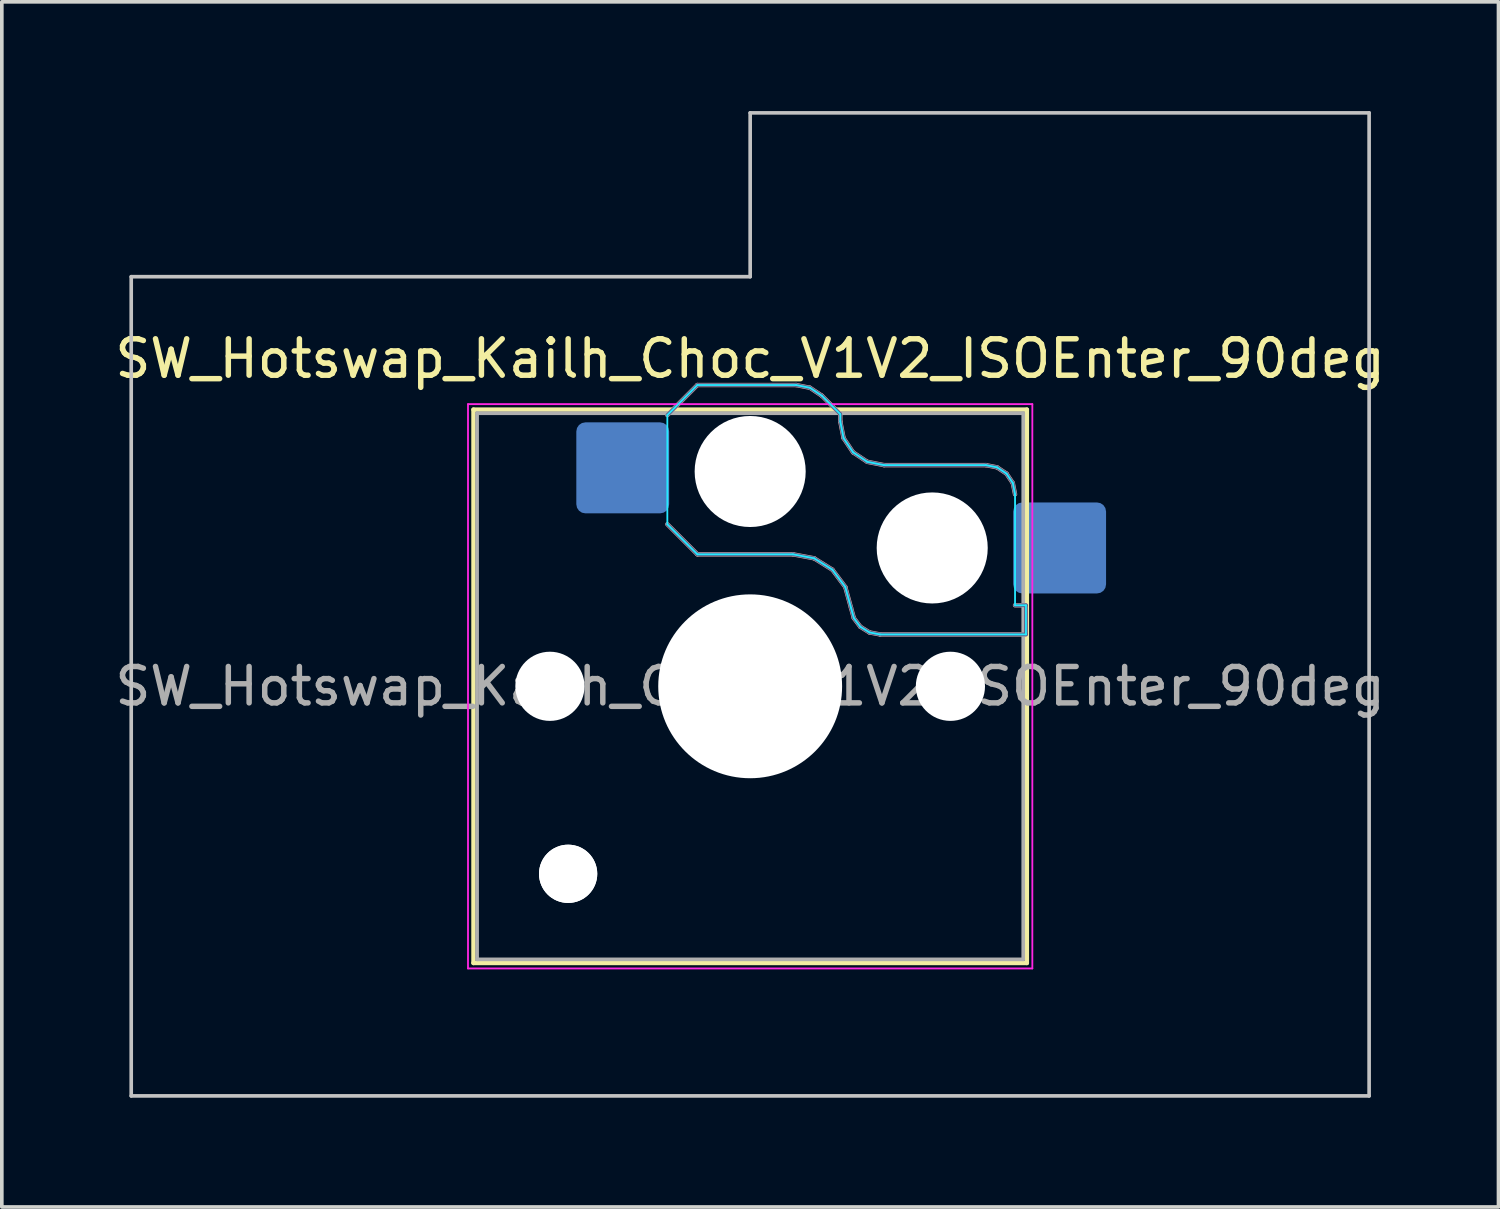
<source format=kicad_pcb>
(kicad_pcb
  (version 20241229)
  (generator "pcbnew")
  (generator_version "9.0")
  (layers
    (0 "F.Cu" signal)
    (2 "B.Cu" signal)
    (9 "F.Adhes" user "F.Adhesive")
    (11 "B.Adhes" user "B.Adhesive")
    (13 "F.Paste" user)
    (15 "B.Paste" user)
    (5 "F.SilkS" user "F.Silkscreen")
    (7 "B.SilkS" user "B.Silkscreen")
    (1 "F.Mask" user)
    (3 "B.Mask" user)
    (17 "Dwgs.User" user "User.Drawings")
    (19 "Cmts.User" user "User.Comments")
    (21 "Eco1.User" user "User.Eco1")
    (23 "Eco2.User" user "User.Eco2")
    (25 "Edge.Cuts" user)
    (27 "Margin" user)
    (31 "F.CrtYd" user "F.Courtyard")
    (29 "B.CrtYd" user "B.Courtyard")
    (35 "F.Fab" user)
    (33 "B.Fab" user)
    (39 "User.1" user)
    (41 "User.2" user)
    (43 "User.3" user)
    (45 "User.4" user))
  (footprint "SW_Hotswap_Kailh_Choc_V1V2_ISOEnter_90deg"
    (layer "F.Cu")
    (at 17.554 15.8)
    (property "Reference" "SW_Hotswap_Kailh_Choc_V1V2_ISOEnter_90deg" (at 0 -9 0) (layer "F.SilkS") (effects (font (size 1 1) (thickness 0.15))))
    (attr smd)
    (fp_line (start -7.6 -7.6) (end -7.6 7.6) (stroke (width 0.12) (type solid)) (layer "F.SilkS"))
    (fp_line (start -7.6 7.6) (end 7.6 7.6) (stroke (width 0.12) (type solid)) (layer "F.SilkS"))
    (fp_line (start 7.6 -7.6) (end -7.6 -7.6) (stroke (width 0.12) (type solid)) (layer "F.SilkS"))
    (fp_line (start 7.6 7.6) (end 7.6 -7.6) (stroke (width 0.12) (type solid)) (layer "F.SilkS"))
    (fp_line (start -2.275 -7.45) (end -1.45 -8.275) (stroke (width 0.12) (type solid)) (layer "B.SilkS"))
    (fp_line (start -1.45 -8.275) (end 1.261 -8.275) (stroke (width 0.12) (type solid)) (layer "B.SilkS"))
    (fp_line (start -1.45 -3.625) (end -2.275 -4.45) (stroke (width 0.12) (type solid)) (layer "B.SilkS"))
    (fp_line (start 1.175 -3.625) (end -1.45 -3.625) (stroke (width 0.12) (type solid)) (layer "B.SilkS"))
    (fp_line (start 1.261 -8.275) (end 1.643 -8.199) (stroke (width 0.12) (type solid)) (layer "B.SilkS"))
    (fp_line (start 1.643 -8.199) (end 1.968 -7.982) (stroke (width 0.12) (type solid)) (layer "B.SilkS"))
    (fp_line (start 1.756 -3.516) (end 1.175 -3.625) (stroke (width 0.12) (type solid)) (layer "B.SilkS"))
    (fp_line (start 1.968 -7.982) (end 2.475 -7.475) (stroke (width 0.12) (type solid)) (layer "B.SilkS"))
    (fp_line (start 2.258 -3.203) (end 1.756 -3.516) (stroke (width 0.12) (type solid)) (layer "B.SilkS"))
    (fp_line (start 2.475 -7.475) (end 2.475 -7.275) (stroke (width 0.12) (type solid)) (layer "B.SilkS"))
    (fp_line (start 2.475 -7.275) (end 2.566 -6.816) (stroke (width 0.12) (type solid)) (layer "B.SilkS"))
    (fp_line (start 2.566 -6.816) (end 2.826 -6.426) (stroke (width 0.12) (type solid)) (layer "B.SilkS"))
    (fp_line (start 2.612 -2.729) (end 2.258 -3.203) (stroke (width 0.12) (type solid)) (layer "B.SilkS"))
    (fp_line (start 2.769 -2.158) (end 2.612 -2.729) (stroke (width 0.12) (type solid)) (layer "B.SilkS"))
    (fp_line (start 2.826 -6.426) (end 3.216 -6.166) (stroke (width 0.12) (type solid)) (layer "B.SilkS"))
    (fp_line (start 2.848 -1.873) (end 2.769 -2.158) (stroke (width 0.12) (type solid)) (layer "B.SilkS"))
    (fp_line (start 3.025 -1.636) (end 2.848 -1.873) (stroke (width 0.12) (type solid)) (layer "B.SilkS"))
    (fp_line (start 3.216 -6.166) (end 3.675 -6.075) (stroke (width 0.12) (type solid)) (layer "B.SilkS"))
    (fp_line (start 3.276 -1.48) (end 3.025 -1.636) (stroke (width 0.12) (type solid)) (layer "B.SilkS"))
    (fp_line (start 3.567 -1.425) (end 3.276 -1.48) (stroke (width 0.12) (type solid)) (layer "B.SilkS"))
    (fp_line (start 3.675 -6.075) (end 6.475 -6.075) (stroke (width 0.12) (type solid)) (layer "B.SilkS"))
    (fp_line (start 6.475 -6.075) (end 6.781 -6.014) (stroke (width 0.12) (type solid)) (layer "B.SilkS"))
    (fp_line (start 6.781 -6.014) (end 7.041 -5.841) (stroke (width 0.12) (type solid)) (layer "B.SilkS"))
    (fp_line (start 7.041 -5.841) (end 7.214 -5.581) (stroke (width 0.12) (type solid)) (layer "B.SilkS"))
    (fp_line (start 7.214 -5.581) (end 7.275 -5.275) (stroke (width 0.12) (type solid)) (layer "B.SilkS"))
    (fp_line (start 7.275 -2.225) (end 7.575 -2.225) (stroke (width 0.12) (type solid)) (layer "B.SilkS"))
    (fp_line (start 7.575 -2.225) (end 7.575 -1.425) (stroke (width 0.12) (type solid)) (layer "B.SilkS"))
    (fp_line (start 7.575 -1.425) (end 3.567 -1.425) (stroke (width 0.12) (type solid)) (layer "B.SilkS"))
    (fp_line (start -17 -11.25) (end -17 11.25) (stroke (width 0.1) (type solid)) (layer "Dwgs.User"))
    (fp_line (start -17 11.25) (end 17 11.25) (stroke (width 0.1) (type solid)) (layer "Dwgs.User"))
    (fp_line (start 0 -15.75) (end 0 -11.25) (stroke (width 0.1) (type solid)) (layer "Dwgs.User"))
    (fp_line (start 0 -11.25) (end -17 -11.25) (stroke (width 0.1) (type solid)) (layer "Dwgs.User"))
    (fp_line (start 17 -15.75) (end 0 -15.75) (stroke (width 0.1) (type solid)) (layer "Dwgs.User"))
    (fp_line (start 17 11.25) (end 17 -15.75) (stroke (width 0.1) (type solid)) (layer "Dwgs.User"))
    (fp_line (start -7.25 -7.25) (end -7.25 7.25) (stroke (width 0.1) (type solid)) (layer "Eco1.User"))
    (fp_line (start -7.25 7.25) (end 7.25 7.25) (stroke (width 0.1) (type solid)) (layer "Eco1.User"))
    (fp_line (start 7.25 -7.25) (end -7.25 -7.25) (stroke (width 0.1) (type solid)) (layer "Eco1.User"))
    (fp_line (start 7.25 7.25) (end 7.25 -7.25) (stroke (width 0.1) (type solid)) (layer "Eco1.User"))
    (fp_line (start -2.275 -7.45) (end -1.45 -8.275) (stroke (width 0.05) (type solid)) (layer "B.CrtYd"))
    (fp_line (start -2.275 -4.45) (end -2.275 -7.45) (stroke (width 0.05) (type solid)) (layer "B.CrtYd"))
    (fp_line (start -1.45 -8.275) (end 1.261 -8.275) (stroke (width 0.05) (type solid)) (layer "B.CrtYd"))
    (fp_line (start -1.45 -3.625) (end -2.275 -4.45) (stroke (width 0.05) (type solid)) (layer "B.CrtYd"))
    (fp_line (start 1.175 -3.625) (end -1.45 -3.625) (stroke (width 0.05) (type solid)) (layer "B.CrtYd"))
    (fp_line (start 1.261 -8.275) (end 1.643 -8.199) (stroke (width 0.05) (type solid)) (layer "B.CrtYd"))
    (fp_line (start 1.643 -8.199) (end 1.968 -7.982) (stroke (width 0.05) (type solid)) (layer "B.CrtYd"))
    (fp_line (start 1.756 -3.516) (end 1.175 -3.625) (stroke (width 0.05) (type solid)) (layer "B.CrtYd"))
    (fp_line (start 1.968 -7.982) (end 2.475 -7.475) (stroke (width 0.05) (type solid)) (layer "B.CrtYd"))
    (fp_line (start 2.258 -3.203) (end 1.756 -3.516) (stroke (width 0.05) (type solid)) (layer "B.CrtYd"))
    (fp_line (start 2.475 -7.475) (end 2.475 -7.275) (stroke (width 0.05) (type solid)) (layer "B.CrtYd"))
    (fp_line (start 2.475 -7.275) (end 2.566 -6.816) (stroke (width 0.05) (type solid)) (layer "B.CrtYd"))
    (fp_line (start 2.566 -6.816) (end 2.826 -6.426) (stroke (width 0.05) (type solid)) (layer "B.CrtYd"))
    (fp_line (start 2.612 -2.729) (end 2.258 -3.203) (stroke (width 0.05) (type solid)) (layer "B.CrtYd"))
    (fp_line (start 2.769 -2.158) (end 2.612 -2.729) (stroke (width 0.05) (type solid)) (layer "B.CrtYd"))
    (fp_line (start 2.826 -6.426) (end 3.216 -6.166) (stroke (width 0.05) (type solid)) (layer "B.CrtYd"))
    (fp_line (start 2.848 -1.873) (end 2.769 -2.158) (stroke (width 0.05) (type solid)) (layer "B.CrtYd"))
    (fp_line (start 3.025 -1.636) (end 2.848 -1.873) (stroke (width 0.05) (type solid)) (layer "B.CrtYd"))
    (fp_line (start 3.216 -6.166) (end 3.675 -6.075) (stroke (width 0.05) (type solid)) (layer "B.CrtYd"))
    (fp_line (start 3.276 -1.48) (end 3.025 -1.636) (stroke (width 0.05) (type solid)) (layer "B.CrtYd"))
    (fp_line (start 3.567 -1.425) (end 3.276 -1.48) (stroke (width 0.05) (type solid)) (layer "B.CrtYd"))
    (fp_line (start 3.675 -6.075) (end 6.475 -6.075) (stroke (width 0.05) (type solid)) (layer "B.CrtYd"))
    (fp_line (start 6.475 -6.075) (end 6.781 -6.014) (stroke (width 0.05) (type solid)) (layer "B.CrtYd"))
    (fp_line (start 6.781 -6.014) (end 7.041 -5.841) (stroke (width 0.05) (type solid)) (layer "B.CrtYd"))
    (fp_line (start 7.041 -5.841) (end 7.214 -5.581) (stroke (width 0.05) (type solid)) (layer "B.CrtYd"))
    (fp_line (start 7.214 -5.581) (end 7.275 -5.275) (stroke (width 0.05) (type solid)) (layer "B.CrtYd"))
    (fp_line (start 7.275 -5.275) (end 7.275 -2.225) (stroke (width 0.05) (type solid)) (layer "B.CrtYd"))
    (fp_line (start 7.275 -2.225) (end 7.575 -2.225) (stroke (width 0.05) (type solid)) (layer "B.CrtYd"))
    (fp_line (start 7.575 -2.225) (end 7.575 -1.425) (stroke (width 0.05) (type solid)) (layer "B.CrtYd"))
    (fp_line (start 7.575 -1.425) (end 3.567 -1.425) (stroke (width 0.05) (type solid)) (layer "B.CrtYd"))
    (fp_line (start -7.75 -7.75) (end -7.75 7.75) (stroke (width 0.05) (type solid)) (layer "F.CrtYd"))
    (fp_line (start -7.75 7.75) (end 7.75 7.75) (stroke (width 0.05) (type solid)) (layer "F.CrtYd"))
    (fp_line (start 7.75 -7.75) (end -7.75 -7.75) (stroke (width 0.05) (type solid)) (layer "F.CrtYd"))
    (fp_line (start 7.75 7.75) (end 7.75 -7.75) (stroke (width 0.05) (type solid)) (layer "F.CrtYd"))
    (fp_line (start -2.275 -7.45) (end -1.45 -8.275) (stroke (width 0.1) (type solid)) (layer "B.Fab"))
    (fp_line (start -1.45 -8.275) (end 1.261 -8.275) (stroke (width 0.1) (type solid)) (layer "B.Fab"))
    (fp_line (start -1.45 -3.625) (end -2.275 -4.45) (stroke (width 0.1) (type solid)) (layer "B.Fab"))
    (fp_line (start 1.175 -3.625) (end -1.45 -3.625) (stroke (width 0.1) (type solid)) (layer "B.Fab"))
    (fp_line (start 1.261 -8.275) (end 1.643 -8.199) (stroke (width 0.1) (type solid)) (layer "B.Fab"))
    (fp_line (start 1.643 -8.199) (end 1.968 -7.982) (stroke (width 0.1) (type solid)) (layer "B.Fab"))
    (fp_line (start 1.756 -3.516) (end 1.175 -3.625) (stroke (width 0.1) (type solid)) (layer "B.Fab"))
    (fp_line (start 1.968 -7.982) (end 2.475 -7.475) (stroke (width 0.1) (type solid)) (layer "B.Fab"))
    (fp_line (start 2.258 -3.203) (end 1.756 -3.516) (stroke (width 0.1) (type solid)) (layer "B.Fab"))
    (fp_line (start 2.475 -7.475) (end 2.475 -7.275) (stroke (width 0.1) (type solid)) (layer "B.Fab"))
    (fp_line (start 2.475 -7.275) (end 2.566 -6.816) (stroke (width 0.1) (type solid)) (layer "B.Fab"))
    (fp_line (start 2.566 -6.816) (end 2.826 -6.426) (stroke (width 0.1) (type solid)) (layer "B.Fab"))
    (fp_line (start 2.612 -2.729) (end 2.258 -3.203) (stroke (width 0.1) (type solid)) (layer "B.Fab"))
    (fp_line (start 2.769 -2.158) (end 2.612 -2.729) (stroke (width 0.1) (type solid)) (layer "B.Fab"))
    (fp_line (start 2.826 -6.426) (end 3.216 -6.166) (stroke (width 0.1) (type solid)) (layer "B.Fab"))
    (fp_line (start 2.848 -1.873) (end 2.769 -2.158) (stroke (width 0.1) (type solid)) (layer "B.Fab"))
    (fp_line (start 3.025 -1.636) (end 2.848 -1.873) (stroke (width 0.1) (type solid)) (layer "B.Fab"))
    (fp_line (start 3.216 -6.166) (end 3.675 -6.075) (stroke (width 0.1) (type solid)) (layer "B.Fab"))
    (fp_line (start 3.276 -1.48) (end 3.025 -1.636) (stroke (width 0.1) (type solid)) (layer "B.Fab"))
    (fp_line (start 3.567 -1.425) (end 3.276 -1.48) (stroke (width 0.1) (type solid)) (layer "B.Fab"))
    (fp_line (start 3.675 -6.075) (end 6.475 -6.075) (stroke (width 0.1) (type solid)) (layer "B.Fab"))
    (fp_line (start 6.475 -6.075) (end 6.781 -6.014) (stroke (width 0.1) (type solid)) (layer "B.Fab"))
    (fp_line (start 6.781 -6.014) (end 7.041 -5.841) (stroke (width 0.1) (type solid)) (layer "B.Fab"))
    (fp_line (start 7.041 -5.841) (end 7.214 -5.581) (stroke (width 0.1) (type solid)) (layer "B.Fab"))
    (fp_line (start 7.214 -5.581) (end 7.275 -5.275) (stroke (width 0.1) (type solid)) (layer "B.Fab"))
    (fp_line (start 7.275 -2.225) (end 7.575 -2.225) (stroke (width 0.1) (type solid)) (layer "B.Fab"))
    (fp_line (start 7.575 -2.225) (end 7.575 -1.425) (stroke (width 0.1) (type solid)) (layer "B.Fab"))
    (fp_line (start 7.575 -1.425) (end 3.567 -1.425) (stroke (width 0.1) (type solid)) (layer "B.Fab"))
    (fp_line (start -7.5 -7.5) (end -7.5 7.5) (stroke (width 0.1) (type solid)) (layer "F.Fab"))
    (fp_line (start -7.5 7.5) (end 7.5 7.5) (stroke (width 0.1) (type solid)) (layer "F.Fab"))
    (fp_line (start 7.5 -7.5) (end -7.5 -7.5) (stroke (width 0.1) (type solid)) (layer "F.Fab"))
    (fp_line (start 7.5 7.5) (end 7.5 -7.5) (stroke (width 0.1) (type solid)) (layer "F.Fab"))
    (fp_text user "${REFERENCE}" (at 0 0 0) (layer "F.Fab") (effects (font (size 1 1) (thickness 0.15))))
    (pad "" np_thru_hole circle (at -5.5 0) (size 1.9 1.9) (drill 1.9) (layers "*.Cu" "*.Mask"))
    (pad "" np_thru_hole circle (at -5 5.15) (size 1.6 1.6) (drill 1.6) (layers "*.Cu" "*.Mask"))
    (pad "" np_thru_hole circle (at -5 5.15) (size 1.6 1.6) (drill 1.6) (layers "*.Cu" "*.Mask"))
    (pad "" np_thru_hole circle (at 0 -5.9) (size 3.05 3.05) (drill 3.05) (layers "*.Cu" "*.Mask"))
    (pad "" np_thru_hole circle (at 0 0) (size 5.05 5.05) (drill 5.05) (layers "*.Cu" "*.Mask"))
    (pad "" np_thru_hole circle (at 5 -3.8) (size 3.05 3.05) (drill 3.05) (layers "*.Cu" "*.Mask"))
    (pad "" np_thru_hole circle (at 5.5 0) (size 1.9 1.9) (drill 1.9) (layers "*.Cu" "*.Mask"))
    (pad "1" smd roundrect (at -3.5 -6) (size 2.55 2.5) (layers "B.Cu" "B.Mask" "B.Paste") (roundrect_rratio 0.1))
    (pad "2" smd roundrect (at 8.5 -3.8) (size 2.55 2.5) (layers "B.Cu" "B.Mask" "B.Paste") (roundrect_rratio 0.1)))
  (gr_rect
    (start -3 -3)
    (end 38.107 30.1)
    (stroke (width 0.1) (type default))
    (fill no)
    (layer "Edge.Cuts")))
</source>
